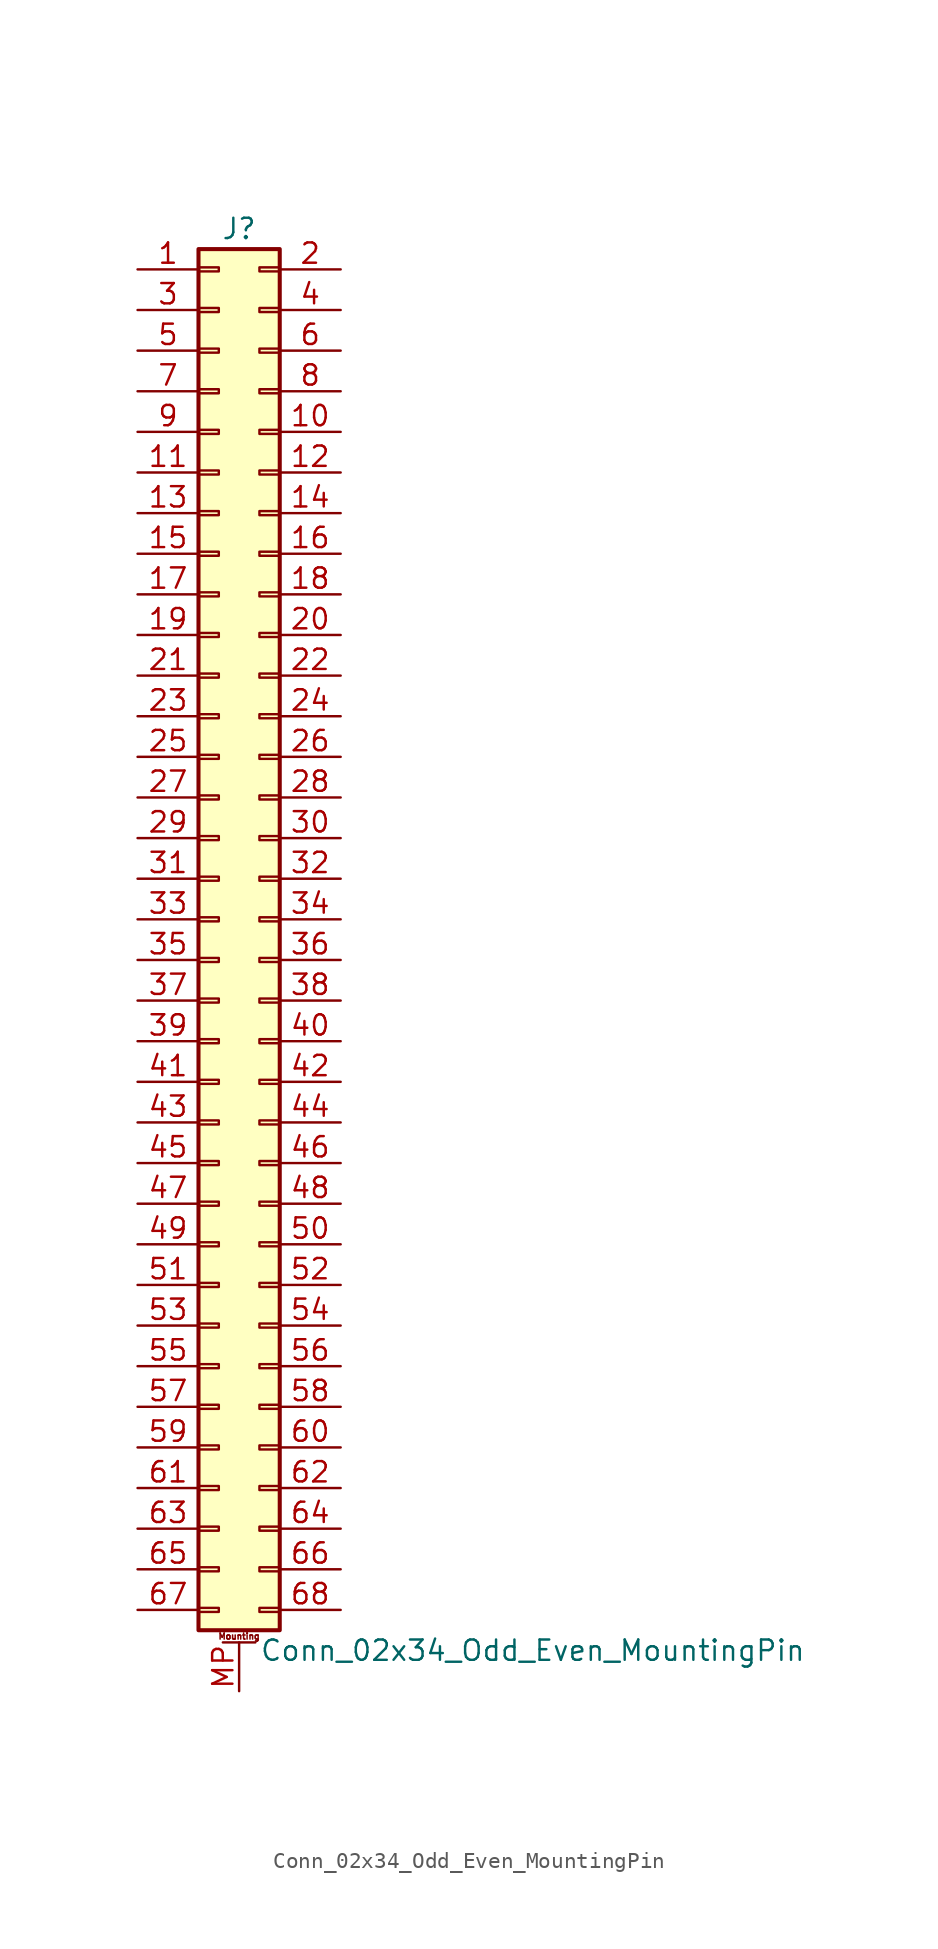
<source format=kicad_sym>
(kicad_symbol_lib
  (version 20220914)
  (generator kicad_symbol_editor)
  (symbol "Conn_02x34_Odd_Even_MountingPin"
    (pin_names
      (offset 1.016) hide)
    (property "Reference" "J"
      (at 1.27 43.18 0)
      (effects (font (size 1.27 1.27))))
    (property "Value" "Conn_02x34_Odd_Even_MountingPin"
      (at 2.54 -45.72 0)
      (effects (font (size 1.27 1.27)) (justify left)))
    (symbol "Conn_02x34_Odd_Even_MountingPin_1_1"
      (rectangle (start -1.27 -43.053) (end 0 -43.307) (stroke (width 0.152) (type default)) (fill (type none)))
      (rectangle (start -1.27 -40.513) (end 0 -40.767) (stroke (width 0.152) (type default)) (fill (type none)))
      (rectangle (start -1.27 -37.973) (end 0 -38.227) (stroke (width 0.152) (type default)) (fill (type none)))
      (rectangle (start -1.27 -35.433) (end 0 -35.687) (stroke (width 0.152) (type default)) (fill (type none)))
      (rectangle (start -1.27 -32.893) (end 0 -33.147) (stroke (width 0.152) (type default)) (fill (type none)))
      (rectangle (start -1.27 -30.353) (end 0 -30.607) (stroke (width 0.152) (type default)) (fill (type none)))
      (rectangle (start -1.27 -27.813) (end 0 -28.067) (stroke (width 0.152) (type default)) (fill (type none)))
      (rectangle (start -1.27 -25.273) (end 0 -25.527) (stroke (width 0.152) (type default)) (fill (type none)))
      (rectangle (start -1.27 -22.733) (end 0 -22.987) (stroke (width 0.152) (type default)) (fill (type none)))
      (rectangle (start -1.27 -20.193) (end 0 -20.447) (stroke (width 0.152) (type default)) (fill (type none)))
      (rectangle (start -1.27 -17.653) (end 0 -17.907) (stroke (width 0.152) (type default)) (fill (type none)))
      (rectangle (start -1.27 -15.113) (end 0 -15.367) (stroke (width 0.152) (type default)) (fill (type none)))
      (rectangle (start -1.27 -12.573) (end 0 -12.827) (stroke (width 0.152) (type default)) (fill (type none)))
      (rectangle (start -1.27 -10.033) (end 0 -10.287) (stroke (width 0.152) (type default)) (fill (type none)))
      (rectangle (start -1.27 -7.493) (end 0 -7.747) (stroke (width 0.152) (type default)) (fill (type none)))
      (rectangle (start -1.27 -4.953) (end 0 -5.207) (stroke (width 0.152) (type default)) (fill (type none)))
      (rectangle (start -1.27 -2.413) (end 0 -2.667) (stroke (width 0.152) (type default)) (fill (type none)))
      (rectangle (start -1.27 0.127) (end 0 -0.127) (stroke (width 0.152) (type default)) (fill (type none)))
      (rectangle (start -1.27 2.667) (end 0 2.413) (stroke (width 0.152) (type default)) (fill (type none)))
      (rectangle (start -1.27 5.207) (end 0 4.953) (stroke (width 0.152) (type default)) (fill (type none)))
      (rectangle (start -1.27 7.747) (end 0 7.493) (stroke (width 0.152) (type default)) (fill (type none)))
      (rectangle (start -1.27 10.287) (end 0 10.033) (stroke (width 0.152) (type default)) (fill (type none)))
      (rectangle (start -1.27 12.827) (end 0 12.573) (stroke (width 0.152) (type default)) (fill (type none)))
      (rectangle (start -1.27 15.367) (end 0 15.113) (stroke (width 0.152) (type default)) (fill (type none)))
      (rectangle (start -1.27 17.907) (end 0 17.653) (stroke (width 0.152) (type default)) (fill (type none)))
      (rectangle (start -1.27 20.447) (end 0 20.193) (stroke (width 0.152) (type default)) (fill (type none)))
      (rectangle (start -1.27 22.987) (end 0 22.733) (stroke (width 0.152) (type default)) (fill (type none)))
      (rectangle (start -1.27 25.527) (end 0 25.273) (stroke (width 0.152) (type default)) (fill (type none)))
      (rectangle (start -1.27 28.067) (end 0 27.813) (stroke (width 0.152) (type default)) (fill (type none)))
      (rectangle (start -1.27 30.607) (end 0 30.353) (stroke (width 0.152) (type default)) (fill (type none)))
      (rectangle (start -1.27 33.147) (end 0 32.893) (stroke (width 0.152) (type default)) (fill (type none)))
      (rectangle (start -1.27 35.687) (end 0 35.433) (stroke (width 0.152) (type default)) (fill (type none)))
      (rectangle (start -1.27 38.227) (end 0 37.973) (stroke (width 0.152) (type default)) (fill (type none)))
      (rectangle (start -1.27 40.767) (end 0 40.513) (stroke (width 0.152) (type default)) (fill (type none)))
      (rectangle (start -1.27 41.91) (end 3.81 -44.45) (stroke (width 0.254) (type default)) (fill (type background)))
      (polyline (pts (xy 0.254 -45.212) (xy 2.286 -45.212)) (stroke (width 0.152) (type default)) (fill (type none)))
      (rectangle (start 3.81 -43.053) (end 2.54 -43.307) (stroke (width 0.152) (type default)) (fill (type none)))
      (rectangle (start 3.81 -40.513) (end 2.54 -40.767) (stroke (width 0.152) (type default)) (fill (type none)))
      (rectangle (start 3.81 -37.973) (end 2.54 -38.227) (stroke (width 0.152) (type default)) (fill (type none)))
      (rectangle (start 3.81 -35.433) (end 2.54 -35.687) (stroke (width 0.152) (type default)) (fill (type none)))
      (rectangle (start 3.81 -32.893) (end 2.54 -33.147) (stroke (width 0.152) (type default)) (fill (type none)))
      (rectangle (start 3.81 -30.353) (end 2.54 -30.607) (stroke (width 0.152) (type default)) (fill (type none)))
      (rectangle (start 3.81 -27.813) (end 2.54 -28.067) (stroke (width 0.152) (type default)) (fill (type none)))
      (rectangle (start 3.81 -25.273) (end 2.54 -25.527) (stroke (width 0.152) (type default)) (fill (type none)))
      (rectangle (start 3.81 -22.733) (end 2.54 -22.987) (stroke (width 0.152) (type default)) (fill (type none)))
      (rectangle (start 3.81 -20.193) (end 2.54 -20.447) (stroke (width 0.152) (type default)) (fill (type none)))
      (rectangle (start 3.81 -17.653) (end 2.54 -17.907) (stroke (width 0.152) (type default)) (fill (type none)))
      (rectangle (start 3.81 -15.113) (end 2.54 -15.367) (stroke (width 0.152) (type default)) (fill (type none)))
      (rectangle (start 3.81 -12.573) (end 2.54 -12.827) (stroke (width 0.152) (type default)) (fill (type none)))
      (rectangle (start 3.81 -10.033) (end 2.54 -10.287) (stroke (width 0.152) (type default)) (fill (type none)))
      (rectangle (start 3.81 -7.493) (end 2.54 -7.747) (stroke (width 0.152) (type default)) (fill (type none)))
      (rectangle (start 3.81 -4.953) (end 2.54 -5.207) (stroke (width 0.152) (type default)) (fill (type none)))
      (rectangle (start 3.81 -2.413) (end 2.54 -2.667) (stroke (width 0.152) (type default)) (fill (type none)))
      (rectangle (start 3.81 0.127) (end 2.54 -0.127) (stroke (width 0.152) (type default)) (fill (type none)))
      (rectangle (start 3.81 2.667) (end 2.54 2.413) (stroke (width 0.152) (type default)) (fill (type none)))
      (rectangle (start 3.81 5.207) (end 2.54 4.953) (stroke (width 0.152) (type default)) (fill (type none)))
      (rectangle (start 3.81 7.747) (end 2.54 7.493) (stroke (width 0.152) (type default)) (fill (type none)))
      (rectangle (start 3.81 10.287) (end 2.54 10.033) (stroke (width 0.152) (type default)) (fill (type none)))
      (rectangle (start 3.81 12.827) (end 2.54 12.573) (stroke (width 0.152) (type default)) (fill (type none)))
      (rectangle (start 3.81 15.367) (end 2.54 15.113) (stroke (width 0.152) (type default)) (fill (type none)))
      (rectangle (start 3.81 17.907) (end 2.54 17.653) (stroke (width 0.152) (type default)) (fill (type none)))
      (rectangle (start 3.81 20.447) (end 2.54 20.193) (stroke (width 0.152) (type default)) (fill (type none)))
      (rectangle (start 3.81 22.987) (end 2.54 22.733) (stroke (width 0.152) (type default)) (fill (type none)))
      (rectangle (start 3.81 25.527) (end 2.54 25.273) (stroke (width 0.152) (type default)) (fill (type none)))
      (rectangle (start 3.81 28.067) (end 2.54 27.813) (stroke (width 0.152) (type default)) (fill (type none)))
      (rectangle (start 3.81 30.607) (end 2.54 30.353) (stroke (width 0.152) (type default)) (fill (type none)))
      (rectangle (start 3.81 33.147) (end 2.54 32.893) (stroke (width 0.152) (type default)) (fill (type none)))
      (rectangle (start 3.81 35.687) (end 2.54 35.433) (stroke (width 0.152) (type default)) (fill (type none)))
      (rectangle (start 3.81 38.227) (end 2.54 37.973) (stroke (width 0.152) (type default)) (fill (type none)))
      (rectangle (start 3.81 40.767) (end 2.54 40.513) (stroke (width 0.152) (type default)) (fill (type none)))
      (text "Mounting" (at 1.27 -44.831 0) (effects (font (size 0.381 0.381))))
      (pin passive line (at -5.08 40.64 0) (length 3.81) (name "Pin_1" (effects (font (size 1.27 1.27)))) (number "1" (effects (font (size 1.27 1.27)))))
      (pin passive line (at 7.62 30.48 180) (length 3.81) (name "Pin_10" (effects (font (size 1.27 1.27)))) (number "10" (effects (font (size 1.27 1.27)))))
      (pin passive line (at -5.08 27.94 0) (length 3.81) (name "Pin_11" (effects (font (size 1.27 1.27)))) (number "11" (effects (font (size 1.27 1.27)))))
      (pin passive line (at 7.62 27.94 180) (length 3.81) (name "Pin_12" (effects (font (size 1.27 1.27)))) (number "12" (effects (font (size 1.27 1.27)))))
      (pin passive line (at -5.08 25.4 0) (length 3.81) (name "Pin_13" (effects (font (size 1.27 1.27)))) (number "13" (effects (font (size 1.27 1.27)))))
      (pin passive line (at 7.62 25.4 180) (length 3.81) (name "Pin_14" (effects (font (size 1.27 1.27)))) (number "14" (effects (font (size 1.27 1.27)))))
      (pin passive line (at -5.08 22.86 0) (length 3.81) (name "Pin_15" (effects (font (size 1.27 1.27)))) (number "15" (effects (font (size 1.27 1.27)))))
      (pin passive line (at 7.62 22.86 180) (length 3.81) (name "Pin_16" (effects (font (size 1.27 1.27)))) (number "16" (effects (font (size 1.27 1.27)))))
      (pin passive line (at -5.08 20.32 0) (length 3.81) (name "Pin_17" (effects (font (size 1.27 1.27)))) (number "17" (effects (font (size 1.27 1.27)))))
      (pin passive line (at 7.62 20.32 180) (length 3.81) (name "Pin_18" (effects (font (size 1.27 1.27)))) (number "18" (effects (font (size 1.27 1.27)))))
      (pin passive line (at -5.08 17.78 0) (length 3.81) (name "Pin_19" (effects (font (size 1.27 1.27)))) (number "19" (effects (font (size 1.27 1.27)))))
      (pin passive line (at 7.62 40.64 180) (length 3.81) (name "Pin_2" (effects (font (size 1.27 1.27)))) (number "2" (effects (font (size 1.27 1.27)))))
      (pin passive line (at 7.62 17.78 180) (length 3.81) (name "Pin_20" (effects (font (size 1.27 1.27)))) (number "20" (effects (font (size 1.27 1.27)))))
      (pin passive line (at -5.08 15.24 0) (length 3.81) (name "Pin_21" (effects (font (size 1.27 1.27)))) (number "21" (effects (font (size 1.27 1.27)))))
      (pin passive line (at 7.62 15.24 180) (length 3.81) (name "Pin_22" (effects (font (size 1.27 1.27)))) (number "22" (effects (font (size 1.27 1.27)))))
      (pin passive line (at -5.08 12.7 0) (length 3.81) (name "Pin_23" (effects (font (size 1.27 1.27)))) (number "23" (effects (font (size 1.27 1.27)))))
      (pin passive line (at 7.62 12.7 180) (length 3.81) (name "Pin_24" (effects (font (size 1.27 1.27)))) (number "24" (effects (font (size 1.27 1.27)))))
      (pin passive line (at -5.08 10.16 0) (length 3.81) (name "Pin_25" (effects (font (size 1.27 1.27)))) (number "25" (effects (font (size 1.27 1.27)))))
      (pin passive line (at 7.62 10.16 180) (length 3.81) (name "Pin_26" (effects (font (size 1.27 1.27)))) (number "26" (effects (font (size 1.27 1.27)))))
      (pin passive line (at -5.08 7.62 0) (length 3.81) (name "Pin_27" (effects (font (size 1.27 1.27)))) (number "27" (effects (font (size 1.27 1.27)))))
      (pin passive line (at 7.62 7.62 180) (length 3.81) (name "Pin_28" (effects (font (size 1.27 1.27)))) (number "28" (effects (font (size 1.27 1.27)))))
      (pin passive line (at -5.08 5.08 0) (length 3.81) (name "Pin_29" (effects (font (size 1.27 1.27)))) (number "29" (effects (font (size 1.27 1.27)))))
      (pin passive line (at -5.08 38.1 0) (length 3.81) (name "Pin_3" (effects (font (size 1.27 1.27)))) (number "3" (effects (font (size 1.27 1.27)))))
      (pin passive line (at 7.62 5.08 180) (length 3.81) (name "Pin_30" (effects (font (size 1.27 1.27)))) (number "30" (effects (font (size 1.27 1.27)))))
      (pin passive line (at -5.08 2.54 0) (length 3.81) (name "Pin_31" (effects (font (size 1.27 1.27)))) (number "31" (effects (font (size 1.27 1.27)))))
      (pin passive line (at 7.62 2.54 180) (length 3.81) (name "Pin_32" (effects (font (size 1.27 1.27)))) (number "32" (effects (font (size 1.27 1.27)))))
      (pin passive line (at -5.08 0 0) (length 3.81) (name "Pin_33" (effects (font (size 1.27 1.27)))) (number "33" (effects (font (size 1.27 1.27)))))
      (pin passive line (at 7.62 0 180) (length 3.81) (name "Pin_34" (effects (font (size 1.27 1.27)))) (number "34" (effects (font (size 1.27 1.27)))))
      (pin passive line (at -5.08 -2.54 0) (length 3.81) (name "Pin_35" (effects (font (size 1.27 1.27)))) (number "35" (effects (font (size 1.27 1.27)))))
      (pin passive line (at 7.62 -2.54 180) (length 3.81) (name "Pin_36" (effects (font (size 1.27 1.27)))) (number "36" (effects (font (size 1.27 1.27)))))
      (pin passive line (at -5.08 -5.08 0) (length 3.81) (name "Pin_37" (effects (font (size 1.27 1.27)))) (number "37" (effects (font (size 1.27 1.27)))))
      (pin passive line (at 7.62 -5.08 180) (length 3.81) (name "Pin_38" (effects (font (size 1.27 1.27)))) (number "38" (effects (font (size 1.27 1.27)))))
      (pin passive line (at -5.08 -7.62 0) (length 3.81) (name "Pin_39" (effects (font (size 1.27 1.27)))) (number "39" (effects (font (size 1.27 1.27)))))
      (pin passive line (at 7.62 38.1 180) (length 3.81) (name "Pin_4" (effects (font (size 1.27 1.27)))) (number "4" (effects (font (size 1.27 1.27)))))
      (pin passive line (at 7.62 -7.62 180) (length 3.81) (name "Pin_40" (effects (font (size 1.27 1.27)))) (number "40" (effects (font (size 1.27 1.27)))))
      (pin passive line (at -5.08 -10.16 0) (length 3.81) (name "Pin_41" (effects (font (size 1.27 1.27)))) (number "41" (effects (font (size 1.27 1.27)))))
      (pin passive line (at 7.62 -10.16 180) (length 3.81) (name "Pin_42" (effects (font (size 1.27 1.27)))) (number "42" (effects (font (size 1.27 1.27)))))
      (pin passive line (at -5.08 -12.7 0) (length 3.81) (name "Pin_43" (effects (font (size 1.27 1.27)))) (number "43" (effects (font (size 1.27 1.27)))))
      (pin passive line (at 7.62 -12.7 180) (length 3.81) (name "Pin_44" (effects (font (size 1.27 1.27)))) (number "44" (effects (font (size 1.27 1.27)))))
      (pin passive line (at -5.08 -15.24 0) (length 3.81) (name "Pin_45" (effects (font (size 1.27 1.27)))) (number "45" (effects (font (size 1.27 1.27)))))
      (pin passive line (at 7.62 -15.24 180) (length 3.81) (name "Pin_46" (effects (font (size 1.27 1.27)))) (number "46" (effects (font (size 1.27 1.27)))))
      (pin passive line (at -5.08 -17.78 0) (length 3.81) (name "Pin_47" (effects (font (size 1.27 1.27)))) (number "47" (effects (font (size 1.27 1.27)))))
      (pin passive line (at 7.62 -17.78 180) (length 3.81) (name "Pin_48" (effects (font (size 1.27 1.27)))) (number "48" (effects (font (size 1.27 1.27)))))
      (pin passive line (at -5.08 -20.32 0) (length 3.81) (name "Pin_49" (effects (font (size 1.27 1.27)))) (number "49" (effects (font (size 1.27 1.27)))))
      (pin passive line (at -5.08 35.56 0) (length 3.81) (name "Pin_5" (effects (font (size 1.27 1.27)))) (number "5" (effects (font (size 1.27 1.27)))))
      (pin passive line (at 7.62 -20.32 180) (length 3.81) (name "Pin_50" (effects (font (size 1.27 1.27)))) (number "50" (effects (font (size 1.27 1.27)))))
      (pin passive line (at -5.08 -22.86 0) (length 3.81) (name "Pin_51" (effects (font (size 1.27 1.27)))) (number "51" (effects (font (size 1.27 1.27)))))
      (pin passive line (at 7.62 -22.86 180) (length 3.81) (name "Pin_52" (effects (font (size 1.27 1.27)))) (number "52" (effects (font (size 1.27 1.27)))))
      (pin passive line (at -5.08 -25.4 0) (length 3.81) (name "Pin_53" (effects (font (size 1.27 1.27)))) (number "53" (effects (font (size 1.27 1.27)))))
      (pin passive line (at 7.62 -25.4 180) (length 3.81) (name "Pin_54" (effects (font (size 1.27 1.27)))) (number "54" (effects (font (size 1.27 1.27)))))
      (pin passive line (at -5.08 -27.94 0) (length 3.81) (name "Pin_55" (effects (font (size 1.27 1.27)))) (number "55" (effects (font (size 1.27 1.27)))))
      (pin passive line (at 7.62 -27.94 180) (length 3.81) (name "Pin_56" (effects (font (size 1.27 1.27)))) (number "56" (effects (font (size 1.27 1.27)))))
      (pin passive line (at -5.08 -30.48 0) (length 3.81) (name "Pin_57" (effects (font (size 1.27 1.27)))) (number "57" (effects (font (size 1.27 1.27)))))
      (pin passive line (at 7.62 -30.48 180) (length 3.81) (name "Pin_58" (effects (font (size 1.27 1.27)))) (number "58" (effects (font (size 1.27 1.27)))))
      (pin passive line (at -5.08 -33.02 0) (length 3.81) (name "Pin_59" (effects (font (size 1.27 1.27)))) (number "59" (effects (font (size 1.27 1.27)))))
      (pin passive line (at 7.62 35.56 180) (length 3.81) (name "Pin_6" (effects (font (size 1.27 1.27)))) (number "6" (effects (font (size 1.27 1.27)))))
      (pin passive line (at 7.62 -33.02 180) (length 3.81) (name "Pin_60" (effects (font (size 1.27 1.27)))) (number "60" (effects (font (size 1.27 1.27)))))
      (pin passive line (at -5.08 -35.56 0) (length 3.81) (name "Pin_61" (effects (font (size 1.27 1.27)))) (number "61" (effects (font (size 1.27 1.27)))))
      (pin passive line (at 7.62 -35.56 180) (length 3.81) (name "Pin_62" (effects (font (size 1.27 1.27)))) (number "62" (effects (font (size 1.27 1.27)))))
      (pin passive line (at -5.08 -38.1 0) (length 3.81) (name "Pin_63" (effects (font (size 1.27 1.27)))) (number "63" (effects (font (size 1.27 1.27)))))
      (pin passive line (at 7.62 -38.1 180) (length 3.81) (name "Pin_64" (effects (font (size 1.27 1.27)))) (number "64" (effects (font (size 1.27 1.27)))))
      (pin passive line (at -5.08 -40.64 0) (length 3.81) (name "Pin_65" (effects (font (size 1.27 1.27)))) (number "65" (effects (font (size 1.27 1.27)))))
      (pin passive line (at 7.62 -40.64 180) (length 3.81) (name "Pin_66" (effects (font (size 1.27 1.27)))) (number "66" (effects (font (size 1.27 1.27)))))
      (pin passive line (at -5.08 -43.18 0) (length 3.81) (name "Pin_67" (effects (font (size 1.27 1.27)))) (number "67" (effects (font (size 1.27 1.27)))))
      (pin passive line (at 7.62 -43.18 180) (length 3.81) (name "Pin_68" (effects (font (size 1.27 1.27)))) (number "68" (effects (font (size 1.27 1.27)))))
      (pin passive line (at -5.08 33.02 0) (length 3.81) (name "Pin_7" (effects (font (size 1.27 1.27)))) (number "7" (effects (font (size 1.27 1.27)))))
      (pin passive line (at 7.62 33.02 180) (length 3.81) (name "Pin_8" (effects (font (size 1.27 1.27)))) (number "8" (effects (font (size 1.27 1.27)))))
      (pin passive line (at -5.08 30.48 0) (length 3.81) (name "Pin_9" (effects (font (size 1.27 1.27)))) (number "9" (effects (font (size 1.27 1.27)))))
      (pin passive line (at 1.27 -48.26 90) (length 3.048) (name "MountPin" (effects (font (size 1.27 1.27)))) (number "MP" (effects (font (size 1.27 1.27))))))))
</source>
